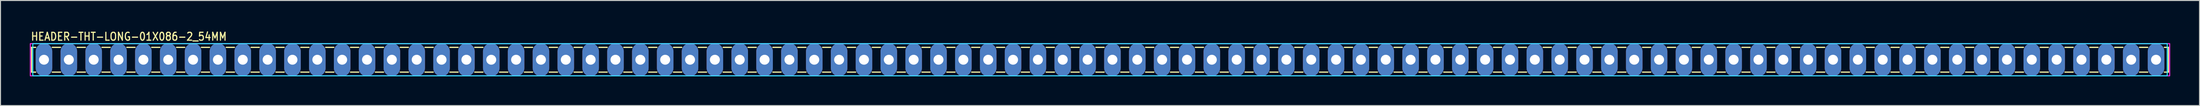
<source format=kicad_pcb>
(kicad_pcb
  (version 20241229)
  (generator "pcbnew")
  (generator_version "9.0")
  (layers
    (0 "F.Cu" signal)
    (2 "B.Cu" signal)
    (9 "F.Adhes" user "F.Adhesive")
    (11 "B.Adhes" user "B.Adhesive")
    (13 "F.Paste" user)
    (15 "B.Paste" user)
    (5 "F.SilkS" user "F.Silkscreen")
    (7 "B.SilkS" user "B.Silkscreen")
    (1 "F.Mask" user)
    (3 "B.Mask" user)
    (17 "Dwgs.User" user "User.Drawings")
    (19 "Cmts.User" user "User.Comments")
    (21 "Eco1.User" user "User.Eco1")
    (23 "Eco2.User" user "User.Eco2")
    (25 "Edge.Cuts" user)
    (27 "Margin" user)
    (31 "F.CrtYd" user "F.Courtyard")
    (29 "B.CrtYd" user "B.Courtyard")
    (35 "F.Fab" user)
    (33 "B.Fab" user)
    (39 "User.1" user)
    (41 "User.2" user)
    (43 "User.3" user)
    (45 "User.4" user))
  (footprint "HEADER-THT-LONG-01X086-2_54MM"
    (layer "F.Cu")
    (at 1.447 3.079)
    (property "Reference" "HEADER-THT-LONG-01X086-2_54MM" (at -1.4 -1.9 0) (unlocked yes) (layer "F.SilkS") (effects (font (size 0.813 0.695) (thickness 0.122)) (justify left bottom)))
    (fp_line (start -1.27 -1.27) (end -1.27 1.27) (stroke (width 0.127) (type solid)) (layer "F.SilkS"))
    (fp_line (start -1.27 1.27) (end -0.85 1.27) (stroke (width 0.127) (type solid)) (layer "F.SilkS"))
    (fp_line (start -0.85 -1.27) (end -1.27 -1.27) (stroke (width 0.127) (type solid)) (layer "F.SilkS"))
    (fp_line (start 0.85 -1.27) (end 1.69 -1.27) (stroke (width 0.127) (type solid)) (layer "F.SilkS"))
    (fp_line (start 0.85 1.27) (end 1.69 1.27) (stroke (width 0.127) (type solid)) (layer "F.SilkS"))
    (fp_line (start 3.39 -1.27) (end 4.23 -1.27) (stroke (width 0.127) (type solid)) (layer "F.SilkS"))
    (fp_line (start 3.39 1.27) (end 4.23 1.27) (stroke (width 0.127) (type solid)) (layer "F.SilkS"))
    (fp_line (start 5.93 -1.27) (end 6.77 -1.27) (stroke (width 0.127) (type solid)) (layer "F.SilkS"))
    (fp_line (start 5.93 1.27) (end 6.77 1.27) (stroke (width 0.127) (type solid)) (layer "F.SilkS"))
    (fp_line (start 8.47 -1.27) (end 9.31 -1.27) (stroke (width 0.127) (type solid)) (layer "F.SilkS"))
    (fp_line (start 8.47 1.27) (end 9.31 1.27) (stroke (width 0.127) (type solid)) (layer "F.SilkS"))
    (fp_line (start 11.01 -1.27) (end 11.85 -1.27) (stroke (width 0.127) (type solid)) (layer "F.SilkS"))
    (fp_line (start 11.01 1.27) (end 11.85 1.27) (stroke (width 0.127) (type solid)) (layer "F.SilkS"))
    (fp_line (start 13.55 -1.27) (end 14.39 -1.27) (stroke (width 0.127) (type solid)) (layer "F.SilkS"))
    (fp_line (start 13.55 1.27) (end 14.39 1.27) (stroke (width 0.127) (type solid)) (layer "F.SilkS"))
    (fp_line (start 16.09 -1.27) (end 16.93 -1.27) (stroke (width 0.127) (type solid)) (layer "F.SilkS"))
    (fp_line (start 16.09 1.27) (end 16.93 1.27) (stroke (width 0.127) (type solid)) (layer "F.SilkS"))
    (fp_line (start 18.63 -1.27) (end 19.47 -1.27) (stroke (width 0.127) (type solid)) (layer "F.SilkS"))
    (fp_line (start 18.63 1.27) (end 19.47 1.27) (stroke (width 0.127) (type solid)) (layer "F.SilkS"))
    (fp_line (start 21.17 -1.27) (end 22.01 -1.27) (stroke (width 0.127) (type solid)) (layer "F.SilkS"))
    (fp_line (start 21.17 1.27) (end 22.01 1.27) (stroke (width 0.127) (type solid)) (layer "F.SilkS"))
    (fp_line (start 23.71 -1.27) (end 24.55 -1.27) (stroke (width 0.127) (type solid)) (layer "F.SilkS"))
    (fp_line (start 23.71 1.27) (end 24.55 1.27) (stroke (width 0.127) (type solid)) (layer "F.SilkS"))
    (fp_line (start 26.25 -1.27) (end 27.09 -1.27) (stroke (width 0.127) (type solid)) (layer "F.SilkS"))
    (fp_line (start 26.25 1.27) (end 27.09 1.27) (stroke (width 0.127) (type solid)) (layer "F.SilkS"))
    (fp_line (start 28.79 -1.27) (end 29.63 -1.27) (stroke (width 0.127) (type solid)) (layer "F.SilkS"))
    (fp_line (start 28.79 1.27) (end 29.63 1.27) (stroke (width 0.127) (type solid)) (layer "F.SilkS"))
    (fp_line (start 31.33 -1.27) (end 32.17 -1.27) (stroke (width 0.127) (type solid)) (layer "F.SilkS"))
    (fp_line (start 31.33 1.27) (end 32.17 1.27) (stroke (width 0.127) (type solid)) (layer "F.SilkS"))
    (fp_line (start 33.87 -1.27) (end 34.71 -1.27) (stroke (width 0.127) (type solid)) (layer "F.SilkS"))
    (fp_line (start 33.87 1.27) (end 34.71 1.27) (stroke (width 0.127) (type solid)) (layer "F.SilkS"))
    (fp_line (start 36.41 -1.27) (end 37.25 -1.27) (stroke (width 0.127) (type solid)) (layer "F.SilkS"))
    (fp_line (start 36.41 1.27) (end 37.25 1.27) (stroke (width 0.127) (type solid)) (layer "F.SilkS"))
    (fp_line (start 38.95 -1.27) (end 39.79 -1.27) (stroke (width 0.127) (type solid)) (layer "F.SilkS"))
    (fp_line (start 38.95 1.27) (end 39.79 1.27) (stroke (width 0.127) (type solid)) (layer "F.SilkS"))
    (fp_line (start 41.49 -1.27) (end 42.33 -1.27) (stroke (width 0.127) (type solid)) (layer "F.SilkS"))
    (fp_line (start 41.49 1.27) (end 42.33 1.27) (stroke (width 0.127) (type solid)) (layer "F.SilkS"))
    (fp_line (start 44.03 -1.27) (end 44.87 -1.27) (stroke (width 0.127) (type solid)) (layer "F.SilkS"))
    (fp_line (start 44.03 1.27) (end 44.87 1.27) (stroke (width 0.127) (type solid)) (layer "F.SilkS"))
    (fp_line (start 46.57 -1.27) (end 47.41 -1.27) (stroke (width 0.127) (type solid)) (layer "F.SilkS"))
    (fp_line (start 46.57 1.27) (end 47.41 1.27) (stroke (width 0.127) (type solid)) (layer "F.SilkS"))
    (fp_line (start 49.11 -1.27) (end 49.95 -1.27) (stroke (width 0.127) (type solid)) (layer "F.SilkS"))
    (fp_line (start 49.11 1.27) (end 49.95 1.27) (stroke (width 0.127) (type solid)) (layer "F.SilkS"))
    (fp_line (start 51.65 -1.27) (end 52.49 -1.27) (stroke (width 0.127) (type solid)) (layer "F.SilkS"))
    (fp_line (start 51.65 1.27) (end 52.49 1.27) (stroke (width 0.127) (type solid)) (layer "F.SilkS"))
    (fp_line (start 54.19 -1.27) (end 55.03 -1.27) (stroke (width 0.127) (type solid)) (layer "F.SilkS"))
    (fp_line (start 54.19 1.27) (end 55.03 1.27) (stroke (width 0.127) (type solid)) (layer "F.SilkS"))
    (fp_line (start 56.73 -1.27) (end 57.57 -1.27) (stroke (width 0.127) (type solid)) (layer "F.SilkS"))
    (fp_line (start 56.73 1.27) (end 57.57 1.27) (stroke (width 0.127) (type solid)) (layer "F.SilkS"))
    (fp_line (start 59.27 -1.27) (end 60.11 -1.27) (stroke (width 0.127) (type solid)) (layer "F.SilkS"))
    (fp_line (start 59.27 1.27) (end 60.11 1.27) (stroke (width 0.127) (type solid)) (layer "F.SilkS"))
    (fp_line (start 61.81 -1.27) (end 62.65 -1.27) (stroke (width 0.127) (type solid)) (layer "F.SilkS"))
    (fp_line (start 61.81 1.27) (end 62.65 1.27) (stroke (width 0.127) (type solid)) (layer "F.SilkS"))
    (fp_line (start 64.35 -1.27) (end 65.19 -1.27) (stroke (width 0.127) (type solid)) (layer "F.SilkS"))
    (fp_line (start 64.35 1.27) (end 65.19 1.27) (stroke (width 0.127) (type solid)) (layer "F.SilkS"))
    (fp_line (start 66.89 -1.27) (end 67.73 -1.27) (stroke (width 0.127) (type solid)) (layer "F.SilkS"))
    (fp_line (start 66.89 1.27) (end 67.73 1.27) (stroke (width 0.127) (type solid)) (layer "F.SilkS"))
    (fp_line (start 69.43 -1.27) (end 70.27 -1.27) (stroke (width 0.127) (type solid)) (layer "F.SilkS"))
    (fp_line (start 69.43 1.27) (end 70.27 1.27) (stroke (width 0.127) (type solid)) (layer "F.SilkS"))
    (fp_line (start 71.97 -1.27) (end 72.81 -1.27) (stroke (width 0.127) (type solid)) (layer "F.SilkS"))
    (fp_line (start 71.97 1.27) (end 72.81 1.27) (stroke (width 0.127) (type solid)) (layer "F.SilkS"))
    (fp_line (start 74.51 -1.27) (end 75.35 -1.27) (stroke (width 0.127) (type solid)) (layer "F.SilkS"))
    (fp_line (start 74.51 1.27) (end 75.35 1.27) (stroke (width 0.127) (type solid)) (layer "F.SilkS"))
    (fp_line (start 77.05 -1.27) (end 77.89 -1.27) (stroke (width 0.127) (type solid)) (layer "F.SilkS"))
    (fp_line (start 77.05 1.27) (end 77.89 1.27) (stroke (width 0.127) (type solid)) (layer "F.SilkS"))
    (fp_line (start 79.59 -1.27) (end 80.43 -1.27) (stroke (width 0.127) (type solid)) (layer "F.SilkS"))
    (fp_line (start 79.59 1.27) (end 80.43 1.27) (stroke (width 0.127) (type solid)) (layer "F.SilkS"))
    (fp_line (start 82.13 -1.27) (end 82.97 -1.27) (stroke (width 0.127) (type solid)) (layer "F.SilkS"))
    (fp_line (start 82.13 1.27) (end 82.97 1.27) (stroke (width 0.127) (type solid)) (layer "F.SilkS"))
    (fp_line (start 84.67 -1.27) (end 85.51 -1.27) (stroke (width 0.127) (type solid)) (layer "F.SilkS"))
    (fp_line (start 84.67 1.27) (end 85.51 1.27) (stroke (width 0.127) (type solid)) (layer "F.SilkS"))
    (fp_line (start 87.21 -1.27) (end 88.05 -1.27) (stroke (width 0.127) (type solid)) (layer "F.SilkS"))
    (fp_line (start 87.21 1.27) (end 88.05 1.27) (stroke (width 0.127) (type solid)) (layer "F.SilkS"))
    (fp_line (start 89.75 -1.27) (end 90.59 -1.27) (stroke (width 0.127) (type solid)) (layer "F.SilkS"))
    (fp_line (start 89.75 1.27) (end 90.59 1.27) (stroke (width 0.127) (type solid)) (layer "F.SilkS"))
    (fp_line (start 92.29 -1.27) (end 93.13 -1.27) (stroke (width 0.127) (type solid)) (layer "F.SilkS"))
    (fp_line (start 92.29 1.27) (end 93.13 1.27) (stroke (width 0.127) (type solid)) (layer "F.SilkS"))
    (fp_line (start 94.83 -1.27) (end 95.67 -1.27) (stroke (width 0.127) (type solid)) (layer "F.SilkS"))
    (fp_line (start 94.83 1.27) (end 95.67 1.27) (stroke (width 0.127) (type solid)) (layer "F.SilkS"))
    (fp_line (start 97.37 -1.27) (end 98.21 -1.27) (stroke (width 0.127) (type solid)) (layer "F.SilkS"))
    (fp_line (start 97.37 1.27) (end 98.21 1.27) (stroke (width 0.127) (type solid)) (layer "F.SilkS"))
    (fp_line (start 99.91 -1.27) (end 100.75 -1.27) (stroke (width 0.127) (type solid)) (layer "F.SilkS"))
    (fp_line (start 99.91 1.27) (end 100.75 1.27) (stroke (width 0.127) (type solid)) (layer "F.SilkS"))
    (fp_line (start 102.45 -1.27) (end 103.29 -1.27) (stroke (width 0.127) (type solid)) (layer "F.SilkS"))
    (fp_line (start 102.45 1.27) (end 103.29 1.27) (stroke (width 0.127) (type solid)) (layer "F.SilkS"))
    (fp_line (start 104.99 -1.27) (end 105.83 -1.27) (stroke (width 0.127) (type solid)) (layer "F.SilkS"))
    (fp_line (start 104.99 1.27) (end 105.83 1.27) (stroke (width 0.127) (type solid)) (layer "F.SilkS"))
    (fp_line (start 107.53 -1.27) (end 108.37 -1.27) (stroke (width 0.127) (type solid)) (layer "F.SilkS"))
    (fp_line (start 107.53 1.27) (end 108.37 1.27) (stroke (width 0.127) (type solid)) (layer "F.SilkS"))
    (fp_line (start 110.07 -1.27) (end 110.91 -1.27) (stroke (width 0.127) (type solid)) (layer "F.SilkS"))
    (fp_line (start 110.07 1.27) (end 110.91 1.27) (stroke (width 0.127) (type solid)) (layer "F.SilkS"))
    (fp_line (start 112.61 -1.27) (end 113.45 -1.27) (stroke (width 0.127) (type solid)) (layer "F.SilkS"))
    (fp_line (start 112.61 1.27) (end 113.45 1.27) (stroke (width 0.127) (type solid)) (layer "F.SilkS"))
    (fp_line (start 115.15 -1.27) (end 115.99 -1.27) (stroke (width 0.127) (type solid)) (layer "F.SilkS"))
    (fp_line (start 115.15 1.27) (end 115.99 1.27) (stroke (width 0.127) (type solid)) (layer "F.SilkS"))
    (fp_line (start 117.69 -1.27) (end 118.53 -1.27) (stroke (width 0.127) (type solid)) (layer "F.SilkS"))
    (fp_line (start 117.69 1.27) (end 118.53 1.27) (stroke (width 0.127) (type solid)) (layer "F.SilkS"))
    (fp_line (start 120.23 -1.27) (end 121.07 -1.27) (stroke (width 0.127) (type solid)) (layer "F.SilkS"))
    (fp_line (start 120.23 1.27) (end 121.07 1.27) (stroke (width 0.127) (type solid)) (layer "F.SilkS"))
    (fp_line (start 122.77 -1.27) (end 123.61 -1.27) (stroke (width 0.127) (type solid)) (layer "F.SilkS"))
    (fp_line (start 122.77 1.27) (end 123.61 1.27) (stroke (width 0.127) (type solid)) (layer "F.SilkS"))
    (fp_line (start 125.31 -1.27) (end 126.15 -1.27) (stroke (width 0.127) (type solid)) (layer "F.SilkS"))
    (fp_line (start 125.31 1.27) (end 126.15 1.27) (stroke (width 0.127) (type solid)) (layer "F.SilkS"))
    (fp_line (start 127.85 -1.27) (end 128.69 -1.27) (stroke (width 0.127) (type solid)) (layer "F.SilkS"))
    (fp_line (start 127.85 1.27) (end 128.69 1.27) (stroke (width 0.127) (type solid)) (layer "F.SilkS"))
    (fp_line (start 130.39 -1.27) (end 131.23 -1.27) (stroke (width 0.127) (type solid)) (layer "F.SilkS"))
    (fp_line (start 130.39 1.27) (end 131.23 1.27) (stroke (width 0.127) (type solid)) (layer "F.SilkS"))
    (fp_line (start 132.93 -1.27) (end 133.77 -1.27) (stroke (width 0.127) (type solid)) (layer "F.SilkS"))
    (fp_line (start 132.93 1.27) (end 133.77 1.27) (stroke (width 0.127) (type solid)) (layer "F.SilkS"))
    (fp_line (start 135.47 -1.27) (end 136.31 -1.27) (stroke (width 0.127) (type solid)) (layer "F.SilkS"))
    (fp_line (start 135.47 1.27) (end 136.31 1.27) (stroke (width 0.127) (type solid)) (layer "F.SilkS"))
    (fp_line (start 138.01 -1.27) (end 138.85 -1.27) (stroke (width 0.127) (type solid)) (layer "F.SilkS"))
    (fp_line (start 138.01 1.27) (end 138.85 1.27) (stroke (width 0.127) (type solid)) (layer "F.SilkS"))
    (fp_line (start 140.55 -1.27) (end 141.39 -1.27) (stroke (width 0.127) (type solid)) (layer "F.SilkS"))
    (fp_line (start 140.55 1.27) (end 141.39 1.27) (stroke (width 0.127) (type solid)) (layer "F.SilkS"))
    (fp_line (start 143.09 -1.27) (end 143.93 -1.27) (stroke (width 0.127) (type solid)) (layer "F.SilkS"))
    (fp_line (start 143.09 1.27) (end 143.93 1.27) (stroke (width 0.127) (type solid)) (layer "F.SilkS"))
    (fp_line (start 145.63 -1.27) (end 146.47 -1.27) (stroke (width 0.127) (type solid)) (layer "F.SilkS"))
    (fp_line (start 145.63 1.27) (end 146.47 1.27) (stroke (width 0.127) (type solid)) (layer "F.SilkS"))
    (fp_line (start 148.17 -1.27) (end 149.01 -1.27) (stroke (width 0.127) (type solid)) (layer "F.SilkS"))
    (fp_line (start 148.17 1.27) (end 149.01 1.27) (stroke (width 0.127) (type solid)) (layer "F.SilkS"))
    (fp_line (start 150.71 -1.27) (end 151.55 -1.27) (stroke (width 0.127) (type solid)) (layer "F.SilkS"))
    (fp_line (start 150.71 1.27) (end 151.55 1.27) (stroke (width 0.127) (type solid)) (layer "F.SilkS"))
    (fp_line (start 153.25 -1.27) (end 154.09 -1.27) (stroke (width 0.127) (type solid)) (layer "F.SilkS"))
    (fp_line (start 153.25 1.27) (end 154.09 1.27) (stroke (width 0.127) (type solid)) (layer "F.SilkS"))
    (fp_line (start 155.79 -1.27) (end 156.63 -1.27) (stroke (width 0.127) (type solid)) (layer "F.SilkS"))
    (fp_line (start 155.79 1.27) (end 156.63 1.27) (stroke (width 0.127) (type solid)) (layer "F.SilkS"))
    (fp_line (start 158.33 -1.27) (end 159.17 -1.27) (stroke (width 0.127) (type solid)) (layer "F.SilkS"))
    (fp_line (start 158.33 1.27) (end 159.17 1.27) (stroke (width 0.127) (type solid)) (layer "F.SilkS"))
    (fp_line (start 160.87 -1.27) (end 161.71 -1.27) (stroke (width 0.127) (type solid)) (layer "F.SilkS"))
    (fp_line (start 160.87 1.27) (end 161.71 1.27) (stroke (width 0.127) (type solid)) (layer "F.SilkS"))
    (fp_line (start 163.41 -1.27) (end 164.25 -1.27) (stroke (width 0.127) (type solid)) (layer "F.SilkS"))
    (fp_line (start 163.41 1.27) (end 164.25 1.27) (stroke (width 0.127) (type solid)) (layer "F.SilkS"))
    (fp_line (start 165.95 -1.27) (end 166.79 -1.27) (stroke (width 0.127) (type solid)) (layer "F.SilkS"))
    (fp_line (start 165.95 1.27) (end 166.79 1.27) (stroke (width 0.127) (type solid)) (layer "F.SilkS"))
    (fp_line (start 168.49 -1.27) (end 169.33 -1.27) (stroke (width 0.127) (type solid)) (layer "F.SilkS"))
    (fp_line (start 168.49 1.27) (end 169.33 1.27) (stroke (width 0.127) (type solid)) (layer "F.SilkS"))
    (fp_line (start 171.03 -1.27) (end 171.87 -1.27) (stroke (width 0.127) (type solid)) (layer "F.SilkS"))
    (fp_line (start 171.03 1.27) (end 171.87 1.27) (stroke (width 0.127) (type solid)) (layer "F.SilkS"))
    (fp_line (start 173.57 -1.27) (end 174.41 -1.27) (stroke (width 0.127) (type solid)) (layer "F.SilkS"))
    (fp_line (start 173.57 1.27) (end 174.41 1.27) (stroke (width 0.127) (type solid)) (layer "F.SilkS"))
    (fp_line (start 176.11 -1.27) (end 176.95 -1.27) (stroke (width 0.127) (type solid)) (layer "F.SilkS"))
    (fp_line (start 176.11 1.27) (end 176.95 1.27) (stroke (width 0.127) (type solid)) (layer "F.SilkS"))
    (fp_line (start 178.65 -1.27) (end 179.49 -1.27) (stroke (width 0.127) (type solid)) (layer "F.SilkS"))
    (fp_line (start 178.65 1.27) (end 179.49 1.27) (stroke (width 0.127) (type solid)) (layer "F.SilkS"))
    (fp_line (start 181.19 -1.27) (end 182.03 -1.27) (stroke (width 0.127) (type solid)) (layer "F.SilkS"))
    (fp_line (start 181.19 1.27) (end 182.03 1.27) (stroke (width 0.127) (type solid)) (layer "F.SilkS"))
    (fp_line (start 183.73 -1.27) (end 184.57 -1.27) (stroke (width 0.127) (type solid)) (layer "F.SilkS"))
    (fp_line (start 183.73 1.27) (end 184.57 1.27) (stroke (width 0.127) (type solid)) (layer "F.SilkS"))
    (fp_line (start 186.27 -1.27) (end 187.11 -1.27) (stroke (width 0.127) (type solid)) (layer "F.SilkS"))
    (fp_line (start 186.27 1.27) (end 187.11 1.27) (stroke (width 0.127) (type solid)) (layer "F.SilkS"))
    (fp_line (start 188.81 -1.27) (end 189.65 -1.27) (stroke (width 0.127) (type solid)) (layer "F.SilkS"))
    (fp_line (start 188.81 1.27) (end 189.65 1.27) (stroke (width 0.127) (type solid)) (layer "F.SilkS"))
    (fp_line (start 191.35 -1.27) (end 192.19 -1.27) (stroke (width 0.127) (type solid)) (layer "F.SilkS"))
    (fp_line (start 191.35 1.27) (end 192.19 1.27) (stroke (width 0.127) (type solid)) (layer "F.SilkS"))
    (fp_line (start 193.89 -1.27) (end 194.73 -1.27) (stroke (width 0.127) (type solid)) (layer "F.SilkS"))
    (fp_line (start 193.89 1.27) (end 194.73 1.27) (stroke (width 0.127) (type solid)) (layer "F.SilkS"))
    (fp_line (start 196.43 -1.27) (end 197.27 -1.27) (stroke (width 0.127) (type solid)) (layer "F.SilkS"))
    (fp_line (start 196.43 1.27) (end 197.27 1.27) (stroke (width 0.127) (type solid)) (layer "F.SilkS"))
    (fp_line (start 198.97 -1.27) (end 199.81 -1.27) (stroke (width 0.127) (type solid)) (layer "F.SilkS"))
    (fp_line (start 198.97 1.27) (end 199.81 1.27) (stroke (width 0.127) (type solid)) (layer "F.SilkS"))
    (fp_line (start 201.51 -1.27) (end 202.35 -1.27) (stroke (width 0.127) (type solid)) (layer "F.SilkS"))
    (fp_line (start 201.51 1.27) (end 202.35 1.27) (stroke (width 0.127) (type solid)) (layer "F.SilkS"))
    (fp_line (start 204.05 -1.27) (end 204.89 -1.27) (stroke (width 0.127) (type solid)) (layer "F.SilkS"))
    (fp_line (start 204.05 1.27) (end 204.89 1.27) (stroke (width 0.127) (type solid)) (layer "F.SilkS"))
    (fp_line (start 206.59 -1.27) (end 207.43 -1.27) (stroke (width 0.127) (type solid)) (layer "F.SilkS"))
    (fp_line (start 206.59 1.27) (end 207.43 1.27) (stroke (width 0.127) (type solid)) (layer "F.SilkS"))
    (fp_line (start 209.13 -1.27) (end 209.97 -1.27) (stroke (width 0.127) (type solid)) (layer "F.SilkS"))
    (fp_line (start 209.13 1.27) (end 209.97 1.27) (stroke (width 0.127) (type solid)) (layer "F.SilkS"))
    (fp_line (start 211.67 -1.27) (end 212.51 -1.27) (stroke (width 0.127) (type solid)) (layer "F.SilkS"))
    (fp_line (start 211.67 1.27) (end 212.51 1.27) (stroke (width 0.127) (type solid)) (layer "F.SilkS"))
    (fp_line (start 214.21 -1.27) (end 215.05 -1.27) (stroke (width 0.127) (type solid)) (layer "F.SilkS"))
    (fp_line (start 214.21 1.27) (end 215.05 1.27) (stroke (width 0.127) (type solid)) (layer "F.SilkS"))
    (fp_line (start 216.75 -1.27) (end 217.17 -1.27) (stroke (width 0.127) (type solid)) (layer "F.SilkS"))
    (fp_line (start 217.17 -1.27) (end 217.17 1.27) (stroke (width 0.127) (type solid)) (layer "F.SilkS"))
    (fp_line (start 217.17 1.27) (end 216.75 1.27) (stroke (width 0.127) (type solid)) (layer "F.SilkS"))
    (fp_poly (pts (xy -1.143 -1.651) (xy 217.043 -1.651) (xy 217.043 1.651) (xy -1.143 1.651)) (stroke (width 0.1) (type solid)) (fill no) (layer "B.CrtYd"))
    (fp_poly (pts (xy -1.397 -1.651) (xy 217.297 -1.651) (xy 217.297 1.651) (xy -1.397 1.651)) (stroke (width 0.1) (type solid)) (fill no) (layer "F.CrtYd"))
    (pad "1" thru_hole oval (at 0 0 90) (size 3.387 1.693) (drill 1.016) (layers "*.Cu" "*.Mask"))
    (pad "2" thru_hole oval (at 2.54 0 90) (size 3.387 1.693) (drill 1.016) (layers "*.Cu" "*.Mask"))
    (pad "3" thru_hole oval (at 5.08 0 90) (size 3.387 1.693) (drill 1.016) (layers "*.Cu" "*.Mask"))
    (pad "4" thru_hole oval (at 7.62 0 90) (size 3.387 1.693) (drill 1.016) (layers "*.Cu" "*.Mask"))
    (pad "5" thru_hole oval (at 10.16 0 90) (size 3.387 1.693) (drill 1.016) (layers "*.Cu" "*.Mask"))
    (pad "6" thru_hole oval (at 12.7 0 90) (size 3.387 1.693) (drill 1.016) (layers "*.Cu" "*.Mask"))
    (pad "7" thru_hole oval (at 15.24 0 90) (size 3.387 1.693) (drill 1.016) (layers "*.Cu" "*.Mask"))
    (pad "8" thru_hole oval (at 17.78 0 90) (size 3.387 1.693) (drill 1.016) (layers "*.Cu" "*.Mask"))
    (pad "9" thru_hole oval (at 20.32 0 90) (size 3.387 1.693) (drill 1.016) (layers "*.Cu" "*.Mask"))
    (pad "10" thru_hole oval (at 22.86 0 90) (size 3.387 1.693) (drill 1.016) (layers "*.Cu" "*.Mask"))
    (pad "11" thru_hole oval (at 25.4 0 90) (size 3.387 1.693) (drill 1.016) (layers "*.Cu" "*.Mask"))
    (pad "12" thru_hole oval (at 27.94 0 90) (size 3.387 1.693) (drill 1.016) (layers "*.Cu" "*.Mask"))
    (pad "13" thru_hole oval (at 30.48 0 90) (size 3.387 1.693) (drill 1.016) (layers "*.Cu" "*.Mask"))
    (pad "14" thru_hole oval (at 33.02 0 90) (size 3.387 1.693) (drill 1.016) (layers "*.Cu" "*.Mask"))
    (pad "15" thru_hole oval (at 35.56 0 90) (size 3.387 1.693) (drill 1.016) (layers "*.Cu" "*.Mask"))
    (pad "16" thru_hole oval (at 38.1 0 90) (size 3.387 1.693) (drill 1.016) (layers "*.Cu" "*.Mask"))
    (pad "17" thru_hole oval (at 40.64 0 90) (size 3.387 1.693) (drill 1.016) (layers "*.Cu" "*.Mask"))
    (pad "18" thru_hole oval (at 43.18 0 90) (size 3.387 1.693) (drill 1.016) (layers "*.Cu" "*.Mask"))
    (pad "19" thru_hole oval (at 45.72 0 90) (size 3.387 1.693) (drill 1.016) (layers "*.Cu" "*.Mask"))
    (pad "20" thru_hole oval (at 48.26 0 90) (size 3.387 1.693) (drill 1.016) (layers "*.Cu" "*.Mask"))
    (pad "21" thru_hole oval (at 50.8 0 90) (size 3.387 1.693) (drill 1.016) (layers "*.Cu" "*.Mask"))
    (pad "22" thru_hole oval (at 53.34 0 90) (size 3.387 1.693) (drill 1.016) (layers "*.Cu" "*.Mask"))
    (pad "23" thru_hole oval (at 55.88 0 90) (size 3.387 1.693) (drill 1.016) (layers "*.Cu" "*.Mask"))
    (pad "24" thru_hole oval (at 58.42 0 90) (size 3.387 1.693) (drill 1.016) (layers "*.Cu" "*.Mask"))
    (pad "25" thru_hole oval (at 60.96 0 90) (size 3.387 1.693) (drill 1.016) (layers "*.Cu" "*.Mask"))
    (pad "26" thru_hole oval (at 63.5 0 90) (size 3.387 1.693) (drill 1.016) (layers "*.Cu" "*.Mask"))
    (pad "27" thru_hole oval (at 66.04 0 90) (size 3.387 1.693) (drill 1.016) (layers "*.Cu" "*.Mask"))
    (pad "28" thru_hole oval (at 68.58 0 90) (size 3.387 1.693) (drill 1.016) (layers "*.Cu" "*.Mask"))
    (pad "29" thru_hole oval (at 71.12 0 90) (size 3.387 1.693) (drill 1.016) (layers "*.Cu" "*.Mask"))
    (pad "30" thru_hole oval (at 73.66 0 90) (size 3.387 1.693) (drill 1.016) (layers "*.Cu" "*.Mask"))
    (pad "31" thru_hole oval (at 76.2 0 90) (size 3.387 1.693) (drill 1.016) (layers "*.Cu" "*.Mask"))
    (pad "32" thru_hole oval (at 78.74 0 90) (size 3.387 1.693) (drill 1.016) (layers "*.Cu" "*.Mask"))
    (pad "33" thru_hole oval (at 81.28 0 90) (size 3.387 1.693) (drill 1.016) (layers "*.Cu" "*.Mask"))
    (pad "34" thru_hole oval (at 83.82 0 90) (size 3.387 1.693) (drill 1.016) (layers "*.Cu" "*.Mask"))
    (pad "35" thru_hole oval (at 86.36 0 90) (size 3.387 1.693) (drill 1.016) (layers "*.Cu" "*.Mask"))
    (pad "36" thru_hole oval (at 88.9 0 90) (size 3.387 1.693) (drill 1.016) (layers "*.Cu" "*.Mask"))
    (pad "37" thru_hole oval (at 91.44 0 90) (size 3.387 1.693) (drill 1.016) (layers "*.Cu" "*.Mask"))
    (pad "38" thru_hole oval (at 93.98 0 90) (size 3.387 1.693) (drill 1.016) (layers "*.Cu" "*.Mask"))
    (pad "39" thru_hole oval (at 96.52 0 90) (size 3.387 1.693) (drill 1.016) (layers "*.Cu" "*.Mask"))
    (pad "40" thru_hole oval (at 99.06 0 90) (size 3.387 1.693) (drill 1.016) (layers "*.Cu" "*.Mask"))
    (pad "41" thru_hole oval (at 101.6 0 90) (size 3.387 1.693) (drill 1.016) (layers "*.Cu" "*.Mask"))
    (pad "42" thru_hole oval (at 104.14 0 90) (size 3.387 1.693) (drill 1.016) (layers "*.Cu" "*.Mask"))
    (pad "43" thru_hole oval (at 106.68 0 90) (size 3.387 1.693) (drill 1.016) (layers "*.Cu" "*.Mask"))
    (pad "44" thru_hole oval (at 109.22 0 90) (size 3.387 1.693) (drill 1.016) (layers "*.Cu" "*.Mask"))
    (pad "45" thru_hole oval (at 111.76 0 90) (size 3.387 1.693) (drill 1.016) (layers "*.Cu" "*.Mask"))
    (pad "46" thru_hole oval (at 114.3 0 90) (size 3.387 1.693) (drill 1.016) (layers "*.Cu" "*.Mask"))
    (pad "47" thru_hole oval (at 116.84 0 90) (size 3.387 1.693) (drill 1.016) (layers "*.Cu" "*.Mask"))
    (pad "48" thru_hole oval (at 119.38 0 90) (size 3.387 1.693) (drill 1.016) (layers "*.Cu" "*.Mask"))
    (pad "49" thru_hole oval (at 121.92 0 90) (size 3.387 1.693) (drill 1.016) (layers "*.Cu" "*.Mask"))
    (pad "50" thru_hole oval (at 124.46 0 90) (size 3.387 1.693) (drill 1.016) (layers "*.Cu" "*.Mask"))
    (pad "51" thru_hole oval (at 127 0 90) (size 3.387 1.693) (drill 1.016) (layers "*.Cu" "*.Mask"))
    (pad "52" thru_hole oval (at 129.54 0 90) (size 3.387 1.693) (drill 1.016) (layers "*.Cu" "*.Mask"))
    (pad "53" thru_hole oval (at 132.08 0 90) (size 3.387 1.693) (drill 1.016) (layers "*.Cu" "*.Mask"))
    (pad "54" thru_hole oval (at 134.62 0 90) (size 3.387 1.693) (drill 1.016) (layers "*.Cu" "*.Mask"))
    (pad "55" thru_hole oval (at 137.16 0 90) (size 3.387 1.693) (drill 1.016) (layers "*.Cu" "*.Mask"))
    (pad "56" thru_hole oval (at 139.7 0 90) (size 3.387 1.693) (drill 1.016) (layers "*.Cu" "*.Mask"))
    (pad "57" thru_hole oval (at 142.24 0 90) (size 3.387 1.693) (drill 1.016) (layers "*.Cu" "*.Mask"))
    (pad "58" thru_hole oval (at 144.78 0 90) (size 3.387 1.693) (drill 1.016) (layers "*.Cu" "*.Mask"))
    (pad "59" thru_hole oval (at 147.32 0 90) (size 3.387 1.693) (drill 1.016) (layers "*.Cu" "*.Mask"))
    (pad "60" thru_hole oval (at 149.86 0 90) (size 3.387 1.693) (drill 1.016) (layers "*.Cu" "*.Mask"))
    (pad "61" thru_hole oval (at 152.4 0 90) (size 3.387 1.693) (drill 1.016) (layers "*.Cu" "*.Mask"))
    (pad "62" thru_hole oval (at 154.94 0 90) (size 3.387 1.693) (drill 1.016) (layers "*.Cu" "*.Mask"))
    (pad "63" thru_hole oval (at 157.48 0 90) (size 3.387 1.693) (drill 1.016) (layers "*.Cu" "*.Mask"))
    (pad "64" thru_hole oval (at 160.02 0 90) (size 3.387 1.693) (drill 1.016) (layers "*.Cu" "*.Mask"))
    (pad "65" thru_hole oval (at 162.56 0 90) (size 3.387 1.693) (drill 1.016) (layers "*.Cu" "*.Mask"))
    (pad "66" thru_hole oval (at 165.1 0 90) (size 3.387 1.693) (drill 1.016) (layers "*.Cu" "*.Mask"))
    (pad "67" thru_hole oval (at 167.64 0 90) (size 3.387 1.693) (drill 1.016) (layers "*.Cu" "*.Mask"))
    (pad "68" thru_hole oval (at 170.18 0 90) (size 3.387 1.693) (drill 1.016) (layers "*.Cu" "*.Mask"))
    (pad "69" thru_hole oval (at 172.72 0 90) (size 3.387 1.693) (drill 1.016) (layers "*.Cu" "*.Mask"))
    (pad "70" thru_hole oval (at 175.26 0 90) (size 3.387 1.693) (drill 1.016) (layers "*.Cu" "*.Mask"))
    (pad "71" thru_hole oval (at 177.8 0 90) (size 3.387 1.693) (drill 1.016) (layers "*.Cu" "*.Mask"))
    (pad "72" thru_hole oval (at 180.34 0 90) (size 3.387 1.693) (drill 1.016) (layers "*.Cu" "*.Mask"))
    (pad "73" thru_hole oval (at 182.88 0 90) (size 3.387 1.693) (drill 1.016) (layers "*.Cu" "*.Mask"))
    (pad "74" thru_hole oval (at 185.42 0 90) (size 3.387 1.693) (drill 1.016) (layers "*.Cu" "*.Mask"))
    (pad "75" thru_hole oval (at 187.96 0 90) (size 3.387 1.693) (drill 1.016) (layers "*.Cu" "*.Mask"))
    (pad "76" thru_hole oval (at 190.5 0 90) (size 3.387 1.693) (drill 1.016) (layers "*.Cu" "*.Mask"))
    (pad "77" thru_hole oval (at 193.04 0 90) (size 3.387 1.693) (drill 1.016) (layers "*.Cu" "*.Mask"))
    (pad "78" thru_hole oval (at 195.58 0 90) (size 3.387 1.693) (drill 1.016) (layers "*.Cu" "*.Mask"))
    (pad "79" thru_hole oval (at 198.12 0 90) (size 3.387 1.693) (drill 1.016) (layers "*.Cu" "*.Mask"))
    (pad "80" thru_hole oval (at 200.66 0 90) (size 3.387 1.693) (drill 1.016) (layers "*.Cu" "*.Mask"))
    (pad "81" thru_hole oval (at 203.2 0 90) (size 3.387 1.693) (drill 1.016) (layers "*.Cu" "*.Mask"))
    (pad "82" thru_hole oval (at 205.74 0 90) (size 3.387 1.693) (drill 1.016) (layers "*.Cu" "*.Mask"))
    (pad "83" thru_hole oval (at 208.28 0 90) (size 3.387 1.693) (drill 1.016) (layers "*.Cu" "*.Mask"))
    (pad "84" thru_hole oval (at 210.82 0 90) (size 3.387 1.693) (drill 1.016) (layers "*.Cu" "*.Mask"))
    (pad "85" thru_hole oval (at 213.36 0 90) (size 3.387 1.693) (drill 1.016) (layers "*.Cu" "*.Mask"))
    (pad "86" thru_hole oval (at 215.9 0 90) (size 3.387 1.693) (drill 1.016) (layers "*.Cu" "*.Mask")))
  (gr_rect
    (start -3 -3)
    (end 221.794 7.78)
    (stroke (width 0.1) (type default))
    (fill no)
    (layer "Edge.Cuts")))
</source>
